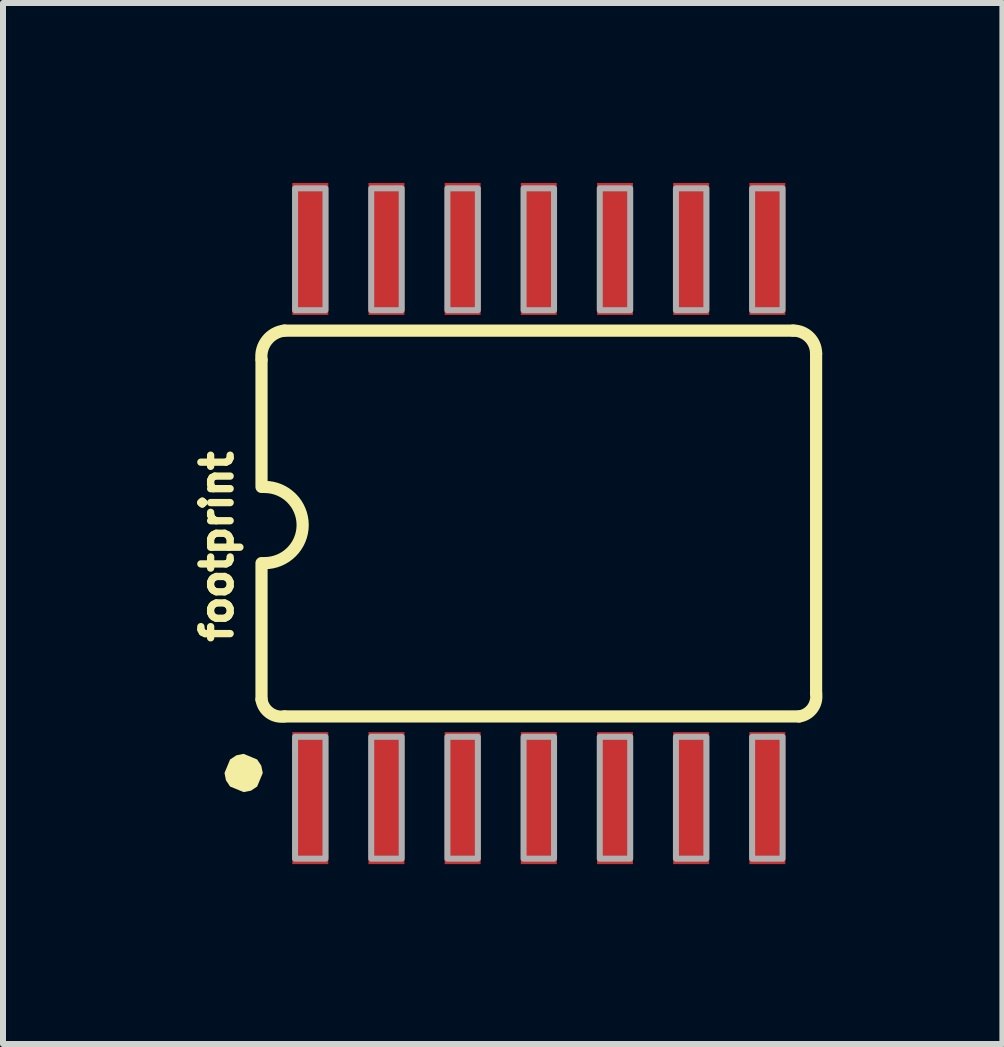
<source format=kicad_pcb>
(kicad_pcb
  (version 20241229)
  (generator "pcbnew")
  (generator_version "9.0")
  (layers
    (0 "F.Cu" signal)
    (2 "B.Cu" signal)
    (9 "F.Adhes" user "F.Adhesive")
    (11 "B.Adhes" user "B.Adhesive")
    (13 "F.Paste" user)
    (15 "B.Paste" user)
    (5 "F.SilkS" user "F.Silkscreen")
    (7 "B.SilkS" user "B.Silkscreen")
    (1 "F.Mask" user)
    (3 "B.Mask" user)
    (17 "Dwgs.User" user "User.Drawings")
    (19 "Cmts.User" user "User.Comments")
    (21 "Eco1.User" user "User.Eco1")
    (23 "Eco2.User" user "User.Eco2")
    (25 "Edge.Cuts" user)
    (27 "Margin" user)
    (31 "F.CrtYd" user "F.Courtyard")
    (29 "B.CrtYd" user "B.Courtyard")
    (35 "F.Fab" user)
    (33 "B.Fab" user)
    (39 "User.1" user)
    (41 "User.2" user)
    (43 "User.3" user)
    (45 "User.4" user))
  (footprint "footprint"
    (layer "F.Cu")
    (at 2.123 10.25)
    (property "Reference" "footprint" (at -1.27 -2.54 90) (layer "F.SilkS") (effects (font (size 0.488 0.488) (thickness 0.122)) (justify left bottom)))
    (fp_line (start -0.813 -7.295) (end -0.813 -5.182) (stroke (width 0.203) (type solid)) (layer "F.SilkS"))
    (fp_line (start -0.813 -1.637) (end -0.813 -3.912) (stroke (width 0.203) (type solid)) (layer "F.SilkS"))
    (fp_line (start -0.432 -1.356) (end 8.152 -1.356) (stroke (width 0.203) (type solid)) (layer "F.SilkS"))
    (fp_line (start 8.052 -7.788) (end -0.432 -7.788) (stroke (width 0.203) (type solid)) (layer "F.SilkS"))
    (fp_line (start 8.433 -1.737) (end 8.433 -7.407) (stroke (width 0.203) (type solid)) (layer "F.SilkS"))
    (fp_arc (start -0.8128 -7.3073) (mid -0.721948 -7.626731) (end -0.4318 -7.7883) (stroke (width 0.2032) (type solid)) (layer "F.SilkS"))
    (fp_arc (start -0.762 -5.1816) (mid -0.127 -4.5466) (end -0.762 -3.9116) (stroke (width 0.2032) (type solid)) (layer "F.SilkS"))
    (fp_arc (start -0.4318 -1.355698) (mid -0.680541 -1.417232) (end -0.8128 -1.6367) (stroke (width 0.2032) (type solid)) (layer "F.SilkS"))
    (fp_arc (start 8.0518 -7.7883) (mid 8.321237 -7.676736) (end 8.4328 -7.407298) (stroke (width 0.2032) (type solid)) (layer "F.SilkS"))
    (fp_arc (start 8.4328 -1.7367) (mid 8.371208 -1.488003) (end 8.1518 -1.3557) (stroke (width 0.2032) (type solid)) (layer "F.SilkS"))
    (fp_poly (pts (xy -0.886 -0.638) (xy -0.817 -0.535) (xy -0.792 -0.413) (xy -0.886 -0.187) (xy -0.989 -0.118) (xy -1.111 -0.094) (xy -1.337 -0.187) (xy -1.406 -0.291) (xy -1.43 -0.413) (xy -1.337 -0.638) (xy -1.233 -0.707) (xy -1.111 -0.732)) (stroke (width 0) (type solid)) (fill yes) (layer "F.SilkS"))
    (fp_poly (pts (xy -0.254 -8.128) (xy 0.254 -8.128) (xy 0.254 -10.16) (xy -0.254 -10.16)) (stroke (width 0.1) (type solid)) (fill no) (layer "F.Fab"))
    (fp_poly (pts (xy -0.254 1.016) (xy 0.254 1.016) (xy 0.254 -1.016) (xy -0.254 -1.016)) (stroke (width 0.1) (type solid)) (fill no) (layer "F.Fab"))
    (fp_poly (pts (xy 1.016 -8.128) (xy 1.524 -8.128) (xy 1.524 -10.16) (xy 1.016 -10.16)) (stroke (width 0.1) (type solid)) (fill no) (layer "F.Fab"))
    (fp_poly (pts (xy 1.016 1.016) (xy 1.524 1.016) (xy 1.524 -1.016) (xy 1.016 -1.016)) (stroke (width 0.1) (type solid)) (fill no) (layer "F.Fab"))
    (fp_poly (pts (xy 2.286 -8.128) (xy 2.794 -8.128) (xy 2.794 -10.16) (xy 2.286 -10.16)) (stroke (width 0.1) (type solid)) (fill no) (layer "F.Fab"))
    (fp_poly (pts (xy 2.286 1.016) (xy 2.794 1.016) (xy 2.794 -1.016) (xy 2.286 -1.016)) (stroke (width 0.1) (type solid)) (fill no) (layer "F.Fab"))
    (fp_poly (pts (xy 3.556 -8.128) (xy 4.064 -8.128) (xy 4.064 -10.16) (xy 3.556 -10.16)) (stroke (width 0.1) (type solid)) (fill no) (layer "F.Fab"))
    (fp_poly (pts (xy 3.556 1.016) (xy 4.064 1.016) (xy 4.064 -1.016) (xy 3.556 -1.016)) (stroke (width 0.1) (type solid)) (fill no) (layer "F.Fab"))
    (fp_poly (pts (xy 4.826 -8.128) (xy 5.334 -8.128) (xy 5.334 -10.16) (xy 4.826 -10.16)) (stroke (width 0.1) (type solid)) (fill no) (layer "F.Fab"))
    (fp_poly (pts (xy 4.826 1.016) (xy 5.334 1.016) (xy 5.334 -1.016) (xy 4.826 -1.016)) (stroke (width 0.1) (type solid)) (fill no) (layer "F.Fab"))
    (fp_poly (pts (xy 6.096 -8.128) (xy 6.604 -8.128) (xy 6.604 -10.16) (xy 6.096 -10.16)) (stroke (width 0.1) (type solid)) (fill no) (layer "F.Fab"))
    (fp_poly (pts (xy 6.096 1.016) (xy 6.604 1.016) (xy 6.604 -1.016) (xy 6.096 -1.016)) (stroke (width 0.1) (type solid)) (fill no) (layer "F.Fab"))
    (fp_poly (pts (xy 7.366 -8.128) (xy 7.874 -8.128) (xy 7.874 -10.16) (xy 7.366 -10.16)) (stroke (width 0.1) (type solid)) (fill no) (layer "F.Fab"))
    (fp_poly (pts (xy 7.366 1.016) (xy 7.874 1.016) (xy 7.874 -1.016) (xy 7.366 -1.016)) (stroke (width 0.1) (type solid)) (fill no) (layer "F.Fab"))
    (pad "1" smd rect (at 0 0.006) (size 0.6 2.2) (layers "F.Cu" "F.Mask" "F.Paste"))
    (pad "2" smd rect (at 1.27 0.006) (size 0.6 2.2) (layers "F.Cu" "F.Mask" "F.Paste"))
    (pad "3" smd rect (at 2.54 0.006) (size 0.6 2.2) (layers "F.Cu" "F.Mask" "F.Paste"))
    (pad "4" smd rect (at 3.81 0.006) (size 0.6 2.2) (layers "F.Cu" "F.Mask" "F.Paste"))
    (pad "5" smd rect (at 5.08 0.006) (size 0.6 2.2) (layers "F.Cu" "F.Mask" "F.Paste"))
    (pad "6" smd rect (at 6.35 0.006) (size 0.6 2.2) (layers "F.Cu" "F.Mask" "F.Paste"))
    (pad "7" smd rect (at 7.62 0.006) (size 0.6 2.2) (layers "F.Cu" "F.Mask" "F.Paste"))
    (pad "8" smd rect (at 7.62 -9.15) (size 0.6 2.2) (layers "F.Cu" "F.Mask" "F.Paste"))
    (pad "9" smd rect (at 6.35 -9.15) (size 0.6 2.2) (layers "F.Cu" "F.Mask" "F.Paste"))
    (pad "10" smd rect (at 5.08 -9.15) (size 0.6 2.2) (layers "F.Cu" "F.Mask" "F.Paste"))
    (pad "11" smd rect (at 3.81 -9.15) (size 0.6 2.2) (layers "F.Cu" "F.Mask" "F.Paste"))
    (pad "12" smd rect (at 2.54 -9.15) (size 0.6 2.2) (layers "F.Cu" "F.Mask" "F.Paste"))
    (pad "13" smd rect (at 1.27 -9.15) (size 0.6 2.2) (layers "F.Cu" "F.Mask" "F.Paste"))
    (pad "14" smd rect (at 0 -9.15) (size 0.6 2.2) (layers "F.Cu" "F.Mask" "F.Paste")))
  (gr_rect
    (start -3 -3)
    (end 13.662 14.356)
    (stroke (width 0.1) (type default))
    (fill no)
    (layer "Edge.Cuts")))
</source>
